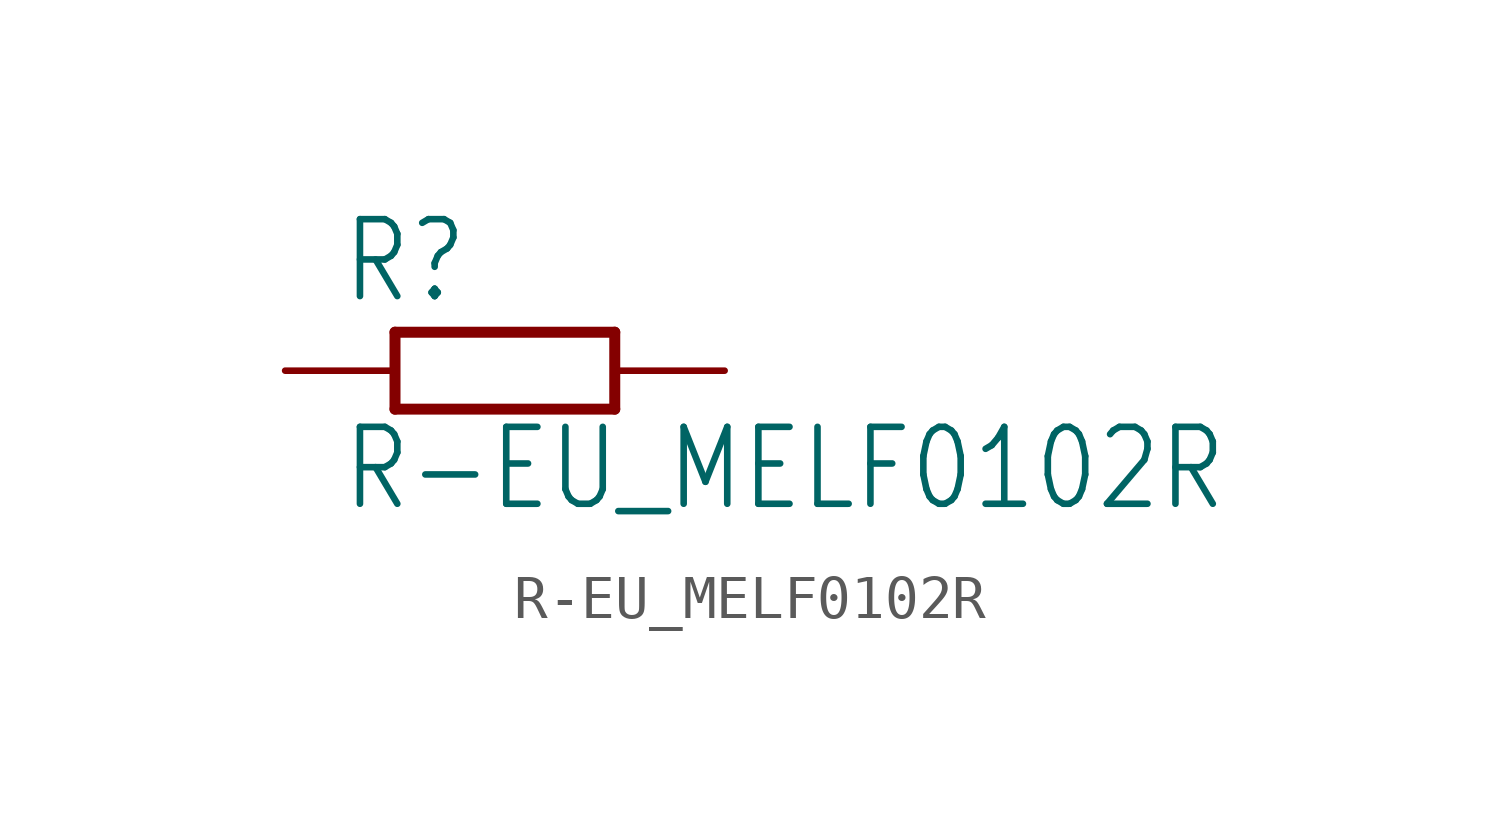
<source format=kicad_sym>
(kicad_symbol_lib
  (version 20211014)
  (generator kicad_symbol_editor)
  (symbol "R-EU_MELF0102R"
    (property "Reference" "R"
      (at -3.81 1.499 0)
      (effects (font (size 1.778 1.511)) (justify left bottom)))
    (property "Value" "R-EU_MELF0102R"
      (at -3.81 -3.302 0)
      (effects (font (size 1.778 1.511)) (justify left bottom)))
    (property "ki_locked" ""
      (at 0 0 0)
      (effects (font (size 1.27 1.27))))
    (symbol "R-EU_MELF0102R_1_0"
      (polyline (pts (xy -2.54 -0.889) (xy -2.54 0.889)) (stroke (width 0.254) (type default) (color 0 0 0 0)) (fill (type none)))
      (polyline (pts (xy -2.54 -0.889) (xy 2.54 -0.889)) (stroke (width 0.254) (type default) (color 0 0 0 0)) (fill (type none)))
      (polyline (pts (xy 2.54 -0.889) (xy 2.54 0.889)) (stroke (width 0.254) (type default) (color 0 0 0 0)) (fill (type none)))
      (polyline (pts (xy 2.54 0.889) (xy -2.54 0.889)) (stroke (width 0.254) (type default) (color 0 0 0 0)) (fill (type none)))
      (pin passive line (at -5.08 0 0) (length 2.54) (name "1" (effects (font (size 0 0)))) (number "1" (effects (font (size 0 0)))))
      (pin passive line (at 5.08 0 180) (length 2.54) (name "2" (effects (font (size 0 0)))) (number "2" (effects (font (size 0 0))))))))
</source>
